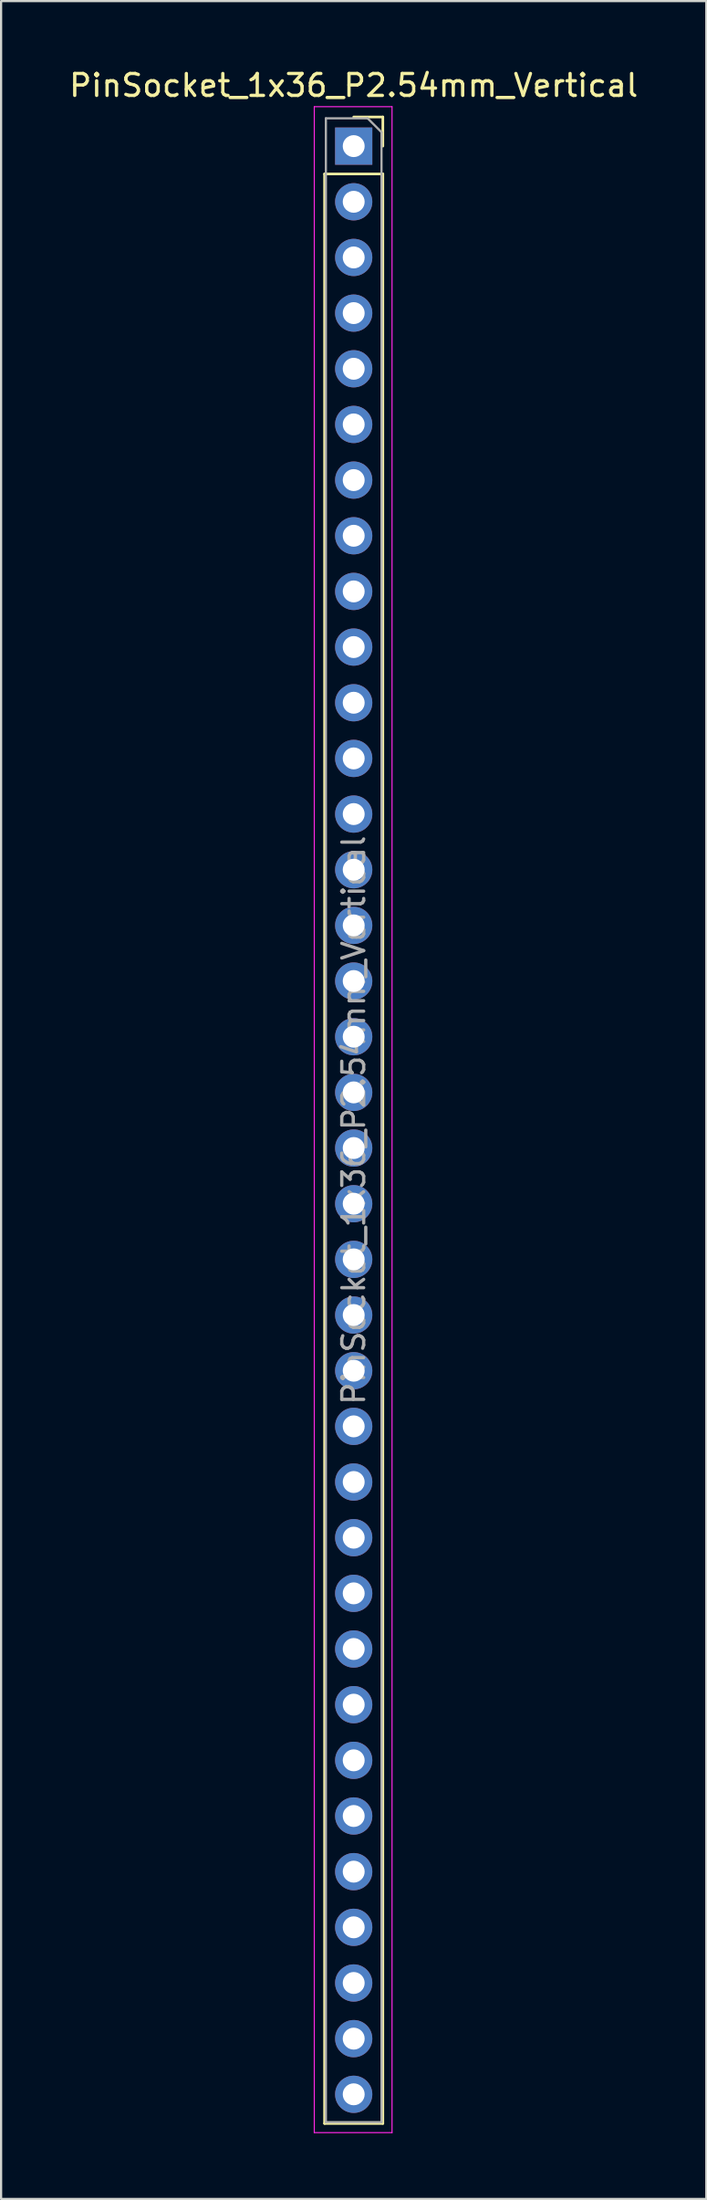
<source format=kicad_pcb>
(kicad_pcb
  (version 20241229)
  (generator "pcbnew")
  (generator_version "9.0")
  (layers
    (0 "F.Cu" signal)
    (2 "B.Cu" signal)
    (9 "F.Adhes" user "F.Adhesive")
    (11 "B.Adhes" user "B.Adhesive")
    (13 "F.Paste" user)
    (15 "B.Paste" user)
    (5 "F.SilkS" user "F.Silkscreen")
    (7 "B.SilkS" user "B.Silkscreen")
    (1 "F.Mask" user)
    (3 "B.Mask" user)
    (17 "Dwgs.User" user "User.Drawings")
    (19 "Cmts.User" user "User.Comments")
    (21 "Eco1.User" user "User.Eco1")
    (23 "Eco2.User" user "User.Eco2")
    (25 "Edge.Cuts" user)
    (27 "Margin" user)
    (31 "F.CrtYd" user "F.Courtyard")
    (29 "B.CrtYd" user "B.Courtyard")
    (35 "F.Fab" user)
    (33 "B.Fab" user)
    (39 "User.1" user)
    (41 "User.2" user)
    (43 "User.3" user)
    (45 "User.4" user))
  (footprint "PinSocket_1x36_P2.54mm_Vertical"
    (layer "F.Cu")
    (at 13.101 3.618)
    (property "Reference" "PinSocket_1x36_P2.54mm_Vertical" (at 0 -2.77 0) (layer "F.SilkS") (effects (font (size 1 1) (thickness 0.15))))
    (attr through_hole)
    (fp_line (start -1.33 1.27) (end -1.33 90.23) (stroke (width 0.12) (type solid)) (layer "F.SilkS"))
    (fp_line (start -1.33 1.27) (end 1.33 1.27) (stroke (width 0.12) (type solid)) (layer "F.SilkS"))
    (fp_line (start -1.33 90.23) (end 1.33 90.23) (stroke (width 0.12) (type solid)) (layer "F.SilkS"))
    (fp_line (start 0 -1.33) (end 1.33 -1.33) (stroke (width 0.12) (type solid)) (layer "F.SilkS"))
    (fp_line (start 1.33 -1.33) (end 1.33 0) (stroke (width 0.12) (type solid)) (layer "F.SilkS"))
    (fp_line (start 1.33 1.27) (end 1.33 90.23) (stroke (width 0.12) (type solid)) (layer "F.SilkS"))
    (fp_line (start -1.8 -1.8) (end 1.75 -1.8) (stroke (width 0.05) (type solid)) (layer "F.CrtYd"))
    (fp_line (start -1.8 90.65) (end -1.8 -1.8) (stroke (width 0.05) (type solid)) (layer "F.CrtYd"))
    (fp_line (start 1.75 -1.8) (end 1.75 90.65) (stroke (width 0.05) (type solid)) (layer "F.CrtYd"))
    (fp_line (start 1.75 90.65) (end -1.8 90.65) (stroke (width 0.05) (type solid)) (layer "F.CrtYd"))
    (fp_line (start -1.27 -1.27) (end 0.635 -1.27) (stroke (width 0.1) (type solid)) (layer "F.Fab"))
    (fp_line (start -1.27 90.17) (end -1.27 -1.27) (stroke (width 0.1) (type solid)) (layer "F.Fab"))
    (fp_line (start 0.635 -1.27) (end 1.27 -0.635) (stroke (width 0.1) (type solid)) (layer "F.Fab"))
    (fp_line (start 1.27 -0.635) (end 1.27 90.17) (stroke (width 0.1) (type solid)) (layer "F.Fab"))
    (fp_line (start 1.27 90.17) (end -1.27 90.17) (stroke (width 0.1) (type solid)) (layer "F.Fab"))
    (fp_text user "${REFERENCE}" (at 0 44.45 90) (layer "F.Fab") (effects (font (size 1 1) (thickness 0.15))))
    (pad "1" thru_hole rect (at 0 0) (size 1.7 1.7) (drill 1) (layers "*.Cu" "*.Mask"))
    (pad "2" thru_hole circle (at 0 2.54) (size 1.7 1.7) (drill 1) (layers "*.Cu" "*.Mask"))
    (pad "3" thru_hole circle (at 0 5.08) (size 1.7 1.7) (drill 1) (layers "*.Cu" "*.Mask"))
    (pad "4" thru_hole circle (at 0 7.62) (size 1.7 1.7) (drill 1) (layers "*.Cu" "*.Mask"))
    (pad "5" thru_hole circle (at 0 10.16) (size 1.7 1.7) (drill 1) (layers "*.Cu" "*.Mask"))
    (pad "6" thru_hole circle (at 0 12.7) (size 1.7 1.7) (drill 1) (layers "*.Cu" "*.Mask"))
    (pad "7" thru_hole circle (at 0 15.24) (size 1.7 1.7) (drill 1) (layers "*.Cu" "*.Mask"))
    (pad "8" thru_hole circle (at 0 17.78) (size 1.7 1.7) (drill 1) (layers "*.Cu" "*.Mask"))
    (pad "9" thru_hole circle (at 0 20.32) (size 1.7 1.7) (drill 1) (layers "*.Cu" "*.Mask"))
    (pad "10" thru_hole circle (at 0 22.86) (size 1.7 1.7) (drill 1) (layers "*.Cu" "*.Mask"))
    (pad "11" thru_hole circle (at 0 25.4) (size 1.7 1.7) (drill 1) (layers "*.Cu" "*.Mask"))
    (pad "12" thru_hole circle (at 0 27.94) (size 1.7 1.7) (drill 1) (layers "*.Cu" "*.Mask"))
    (pad "13" thru_hole circle (at 0 30.48) (size 1.7 1.7) (drill 1) (layers "*.Cu" "*.Mask"))
    (pad "14" thru_hole circle (at 0 33.02) (size 1.7 1.7) (drill 1) (layers "*.Cu" "*.Mask"))
    (pad "15" thru_hole circle (at 0 35.56) (size 1.7 1.7) (drill 1) (layers "*.Cu" "*.Mask"))
    (pad "16" thru_hole circle (at 0 38.1) (size 1.7 1.7) (drill 1) (layers "*.Cu" "*.Mask"))
    (pad "17" thru_hole circle (at 0 40.64) (size 1.7 1.7) (drill 1) (layers "*.Cu" "*.Mask"))
    (pad "18" thru_hole circle (at 0 43.18) (size 1.7 1.7) (drill 1) (layers "*.Cu" "*.Mask"))
    (pad "19" thru_hole circle (at 0 45.72) (size 1.7 1.7) (drill 1) (layers "*.Cu" "*.Mask"))
    (pad "20" thru_hole circle (at 0 48.26) (size 1.7 1.7) (drill 1) (layers "*.Cu" "*.Mask"))
    (pad "21" thru_hole circle (at 0 50.8) (size 1.7 1.7) (drill 1) (layers "*.Cu" "*.Mask"))
    (pad "22" thru_hole circle (at 0 53.34) (size 1.7 1.7) (drill 1) (layers "*.Cu" "*.Mask"))
    (pad "23" thru_hole circle (at 0 55.88) (size 1.7 1.7) (drill 1) (layers "*.Cu" "*.Mask"))
    (pad "24" thru_hole circle (at 0 58.42) (size 1.7 1.7) (drill 1) (layers "*.Cu" "*.Mask"))
    (pad "25" thru_hole circle (at 0 60.96) (size 1.7 1.7) (drill 1) (layers "*.Cu" "*.Mask"))
    (pad "26" thru_hole circle (at 0 63.5) (size 1.7 1.7) (drill 1) (layers "*.Cu" "*.Mask"))
    (pad "27" thru_hole circle (at 0 66.04) (size 1.7 1.7) (drill 1) (layers "*.Cu" "*.Mask"))
    (pad "28" thru_hole circle (at 0 68.58) (size 1.7 1.7) (drill 1) (layers "*.Cu" "*.Mask"))
    (pad "29" thru_hole circle (at 0 71.12) (size 1.7 1.7) (drill 1) (layers "*.Cu" "*.Mask"))
    (pad "30" thru_hole circle (at 0 73.66) (size 1.7 1.7) (drill 1) (layers "*.Cu" "*.Mask"))
    (pad "31" thru_hole circle (at 0 76.2) (size 1.7 1.7) (drill 1) (layers "*.Cu" "*.Mask"))
    (pad "32" thru_hole circle (at 0 78.74) (size 1.7 1.7) (drill 1) (layers "*.Cu" "*.Mask"))
    (pad "33" thru_hole circle (at 0 81.28) (size 1.7 1.7) (drill 1) (layers "*.Cu" "*.Mask"))
    (pad "34" thru_hole circle (at 0 83.82) (size 1.7 1.7) (drill 1) (layers "*.Cu" "*.Mask"))
    (pad "35" thru_hole circle (at 0 86.36) (size 1.7 1.7) (drill 1) (layers "*.Cu" "*.Mask"))
    (pad "36" thru_hole circle (at 0 88.9) (size 1.7 1.7) (drill 1) (layers "*.Cu" "*.Mask")))
  (gr_rect
    (start -3 -3)
    (end 29.202 97.293)
    (stroke (width 0.1) (type default))
    (fill no)
    (layer "Edge.Cuts")))
</source>
